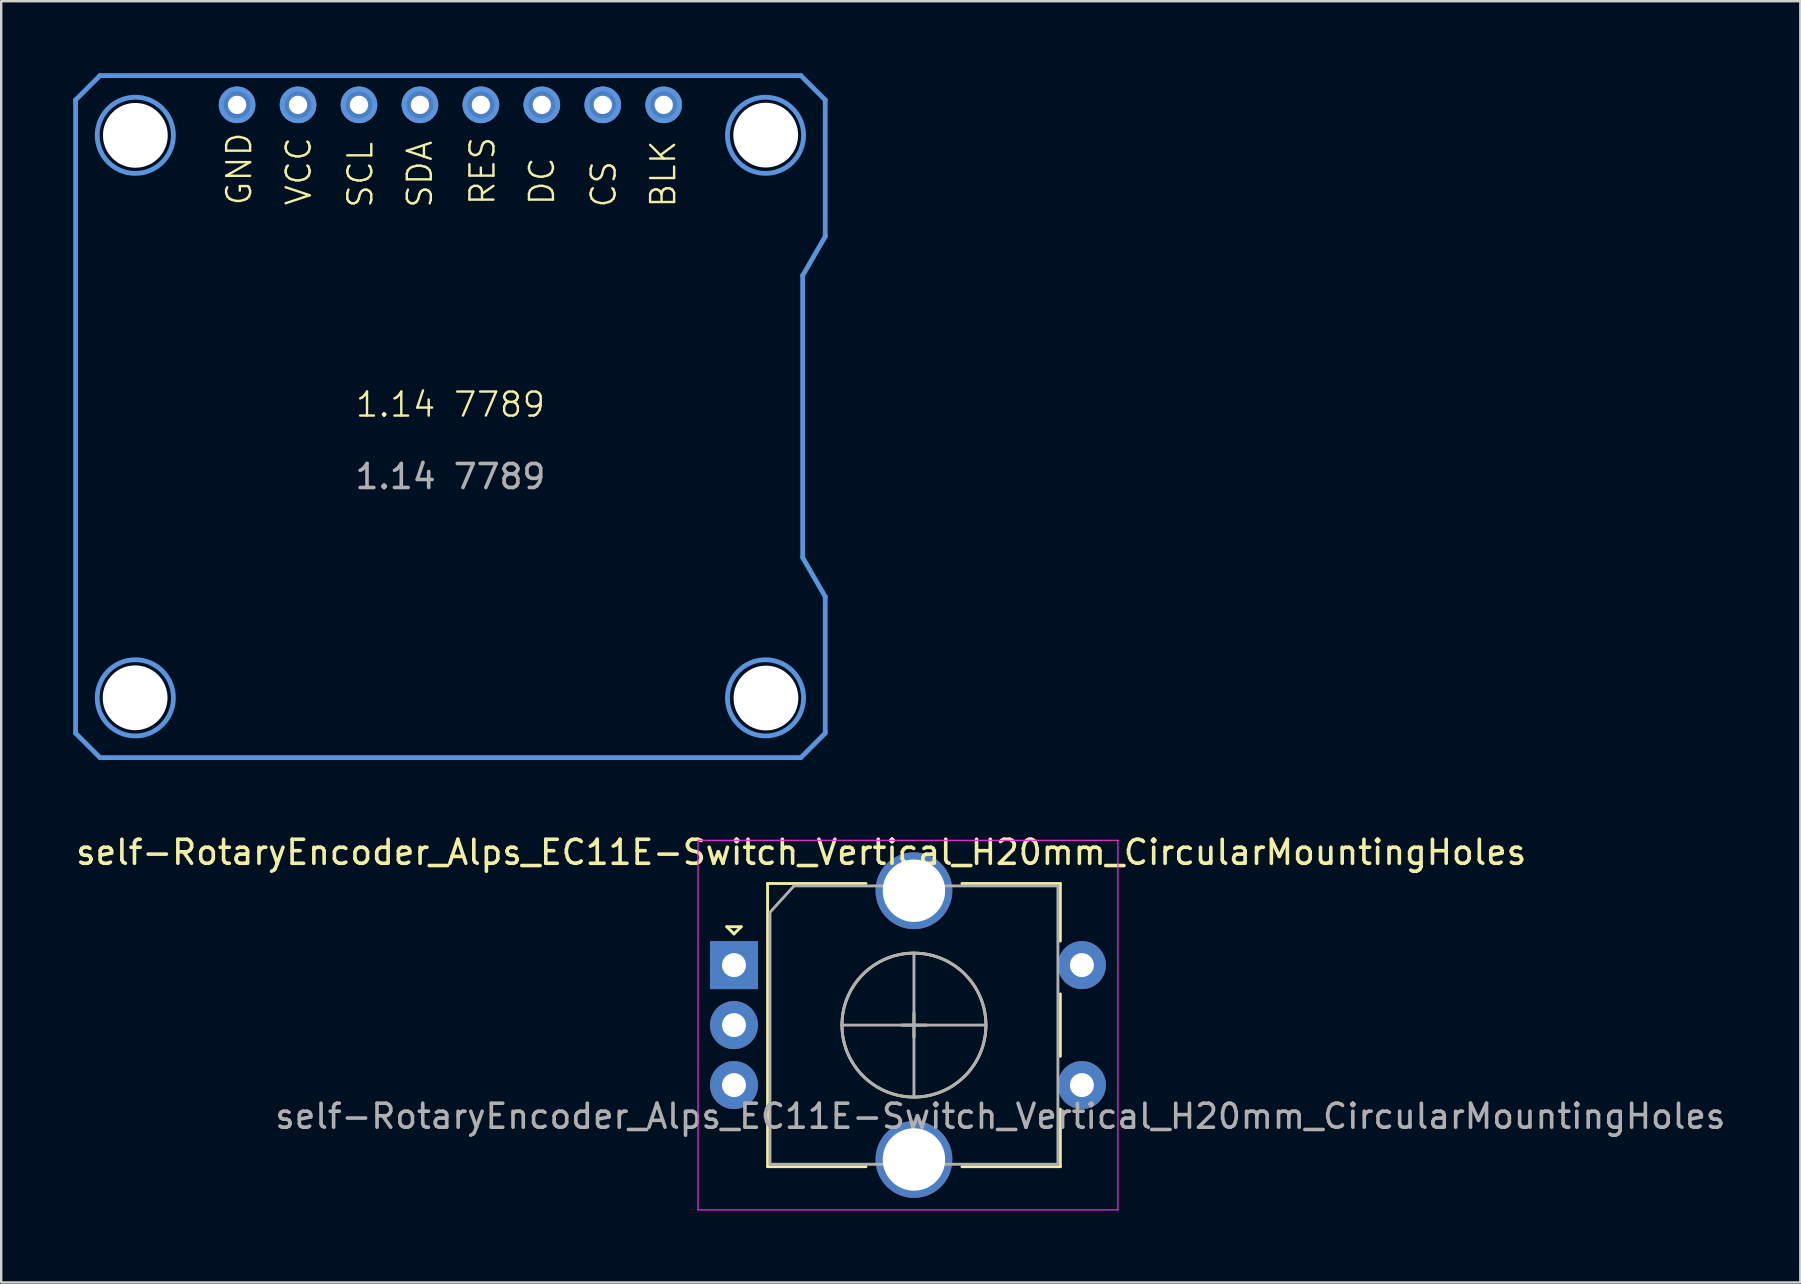
<source format=kicad_pcb>
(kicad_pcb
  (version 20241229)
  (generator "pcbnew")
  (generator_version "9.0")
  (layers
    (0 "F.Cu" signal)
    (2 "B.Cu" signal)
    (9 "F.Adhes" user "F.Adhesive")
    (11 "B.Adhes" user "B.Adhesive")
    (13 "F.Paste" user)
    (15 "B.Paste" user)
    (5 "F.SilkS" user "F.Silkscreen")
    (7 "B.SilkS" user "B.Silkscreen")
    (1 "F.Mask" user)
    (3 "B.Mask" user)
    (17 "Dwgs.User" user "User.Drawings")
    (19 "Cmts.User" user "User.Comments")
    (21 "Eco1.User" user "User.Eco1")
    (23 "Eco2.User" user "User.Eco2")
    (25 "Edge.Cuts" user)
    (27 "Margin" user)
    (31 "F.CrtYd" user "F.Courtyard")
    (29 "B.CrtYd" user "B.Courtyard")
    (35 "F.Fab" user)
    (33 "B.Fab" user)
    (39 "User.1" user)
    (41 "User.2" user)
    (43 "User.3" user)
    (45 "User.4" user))
  (footprint "self-RotaryEncoder_Alps_EC11E-Switch_Vertical_H20mm_CircularMountingHoles"
    (layer "F.Cu")
    (at 27.539 37.171)
    (property "Reference" "self-RotaryEncoder_Alps_EC11E-Switch_Vertical_H20mm_CircularMountingHoles" (at 2.8 -4.7 0) (layer "F.SilkS") (effects (font (size 1 1) (thickness 0.15))))
    (attr through_hole)
    (fp_line (start -0.3 -1.6) (end 0.3 -1.6) (stroke (width 0.12) (type solid)) (layer "F.SilkS"))
    (fp_line (start 0 -1.3) (end -0.3 -1.6) (stroke (width 0.12) (type solid)) (layer "F.SilkS"))
    (fp_line (start 0.3 -1.6) (end 0 -1.3) (stroke (width 0.12) (type solid)) (layer "F.SilkS"))
    (fp_line (start 1.4 -3.4) (end 1.4 8.4) (stroke (width 0.12) (type solid)) (layer "F.SilkS"))
    (fp_line (start 5.5 -3.4) (end 1.4 -3.4) (stroke (width 0.12) (type solid)) (layer "F.SilkS"))
    (fp_line (start 5.5 8.4) (end 1.4 8.4) (stroke (width 0.12) (type solid)) (layer "F.SilkS"))
    (fp_line (start 7 2.5) (end 8 2.5) (stroke (width 0.12) (type solid)) (layer "F.SilkS"))
    (fp_line (start 7.5 2) (end 7.5 3) (stroke (width 0.12) (type solid)) (layer "F.SilkS"))
    (fp_line (start 9.5 -3.4) (end 13.6 -3.4) (stroke (width 0.12) (type solid)) (layer "F.SilkS"))
    (fp_line (start 13.6 -3.4) (end 13.6 -1) (stroke (width 0.12) (type solid)) (layer "F.SilkS"))
    (fp_line (start 13.6 1.2) (end 13.6 3.8) (stroke (width 0.12) (type solid)) (layer "F.SilkS"))
    (fp_line (start 13.6 6) (end 13.6 8.4) (stroke (width 0.12) (type solid)) (layer "F.SilkS"))
    (fp_line (start 13.6 8.4) (end 9.5 8.4) (stroke (width 0.12) (type solid)) (layer "F.SilkS"))
    (fp_circle (center 7.5 2.5) (end 10.5 2.5) (stroke (width 0.12) (type solid)) (fill no) (layer "F.SilkS"))
    (fp_line (start -1.5 -5.2) (end -1.5 10.2) (stroke (width 0.05) (type solid)) (layer "F.CrtYd"))
    (fp_line (start -1.5 -5.2) (end 16 -5.2) (stroke (width 0.05) (type solid)) (layer "F.CrtYd"))
    (fp_line (start 16 10.2) (end -1.5 10.2) (stroke (width 0.05) (type solid)) (layer "F.CrtYd"))
    (fp_line (start 16 10.2) (end 16 -5.2) (stroke (width 0.05) (type solid)) (layer "F.CrtYd"))
    (fp_line (start 1.5 -2.2) (end 2.5 -3.3) (stroke (width 0.12) (type solid)) (layer "F.Fab"))
    (fp_line (start 1.5 8.3) (end 1.5 -2.2) (stroke (width 0.12) (type solid)) (layer "F.Fab"))
    (fp_line (start 2.5 -3.3) (end 13.5 -3.3) (stroke (width 0.12) (type solid)) (layer "F.Fab"))
    (fp_line (start 4.5 2.5) (end 10.5 2.5) (stroke (width 0.12) (type solid)) (layer "F.Fab"))
    (fp_line (start 7.5 -0.5) (end 7.5 5.5) (stroke (width 0.12) (type solid)) (layer "F.Fab"))
    (fp_line (start 13.5 -3.3) (end 13.5 8.3) (stroke (width 0.12) (type solid)) (layer "F.Fab"))
    (fp_line (start 13.5 8.3) (end 1.5 8.3) (stroke (width 0.12) (type solid)) (layer "F.Fab"))
    (fp_circle (center 7.5 2.5) (end 10.5 2.5) (stroke (width 0.12) (type solid)) (fill no) (layer "F.Fab"))
    (fp_text user "${REFERENCE}" (at 11.1 6.3 0) (layer "F.Fab") (effects (font (size 1 1) (thickness 0.15))))
    (pad "A" thru_hole rect (at 0 0) (size 2 2) (drill 1) (layers "*.Cu" "*.Mask"))
    (pad "B" thru_hole circle (at 0 5) (size 2 2) (drill 1) (layers "*.Cu" "*.Mask"))
    (pad "C" thru_hole circle (at 0 2.5) (size 2 2) (drill 1) (layers "*.Cu" "*.Mask"))
    (pad "MP" thru_hole circle (at 7.5 -3.1) (size 3.2 3.2) (drill 2.6) (layers "*.Cu" "*.Mask"))
    (pad "MP" thru_hole circle (at 7.5 8.1) (size 3.2 3.2) (drill 2.6) (layers "*.Cu" "*.Mask"))
    (pad "S1" thru_hole circle (at 14.5 5) (size 2 2) (drill 1) (layers "*.Cu" "*.Mask"))
    (pad "S2" thru_hole circle (at 14.5 0) (size 2 2) (drill 1) (layers "*.Cu" "*.Mask")))
  (footprint "1.14 7789"
    (layer "F.Cu")
    (at 15.721 14.311)
    (property "Reference" "1.14 7789" (at 0 -0.5 0) (unlocked yes) (layer "F.SilkS") (effects (font (size 1 1) (thickness 0.1))))
    (attr through_hole)
    (fp_line (start -15.621 -13.195) (end -15.621 13.195) (stroke (width 0.2) (type default)) (layer "Cmts.User"))
    (fp_line (start -15.621 13.195) (end -14.605 14.211) (stroke (width 0.2) (type default)) (layer "Cmts.User"))
    (fp_line (start -14.605 -14.211) (end -15.621 -13.195) (stroke (width 0.2) (type default)) (layer "Cmts.User"))
    (fp_line (start -14.605 14.211) (end 14.605 14.211) (stroke (width 0.2) (type default)) (layer "Cmts.User"))
    (fp_line (start 14.605 -14.211) (end -14.605 -14.211) (stroke (width 0.2) (type default)) (layer "Cmts.User"))
    (fp_line (start 14.605 14.211) (end 15.621 13.195) (stroke (width 0.2) (type default)) (layer "Cmts.User"))
    (fp_line (start 14.681 -5.878) (end 15.621 -7.506) (stroke (width 0.2) (type default)) (layer "Cmts.User"))
    (fp_line (start 14.681 5.878) (end 14.681 -5.878) (stroke (width 0.2) (type default)) (layer "Cmts.User"))
    (fp_line (start 15.621 -13.195) (end 14.605 -14.211) (stroke (width 0.2) (type default)) (layer "Cmts.User"))
    (fp_line (start 15.621 -7.506) (end 15.621 -13.195) (stroke (width 0.2) (type default)) (layer "Cmts.User"))
    (fp_line (start 15.621 7.506) (end 14.681 5.878) (stroke (width 0.2) (type default)) (layer "Cmts.User"))
    (fp_line (start 15.621 13.195) (end 15.621 7.506) (stroke (width 0.2) (type default)) (layer "Cmts.User"))
    (fp_circle (center -13.132 -11.722) (end -11.544 -11.722) (stroke (width 0.2) (type default)) (fill no) (layer "Cmts.User"))
    (fp_circle (center -13.132 11.722) (end -11.544 11.722) (stroke (width 0.2) (type default)) (fill no) (layer "Cmts.User"))
    (fp_circle (center -8.89 -12.992) (end -8.23 -12.992) (stroke (width 0.2) (type default)) (fill no) (layer "Cmts.User"))
    (fp_circle (center -6.35 -12.992) (end -5.69 -12.992) (stroke (width 0.2) (type default)) (fill no) (layer "Cmts.User"))
    (fp_circle (center -3.81 -12.992) (end -3.15 -12.992) (stroke (width 0.2) (type default)) (fill no) (layer "Cmts.User"))
    (fp_circle (center -1.27 -12.992) (end -0.61 -12.992) (stroke (width 0.2) (type default)) (fill no) (layer "Cmts.User"))
    (fp_circle (center 1.27 -12.992) (end 1.93 -12.992) (stroke (width 0.2) (type default)) (fill no) (layer "Cmts.User"))
    (fp_circle (center 3.81 -12.992) (end 4.47 -12.992) (stroke (width 0.2) (type default)) (fill no) (layer "Cmts.User"))
    (fp_circle (center 6.35 -12.992) (end 7.01 -12.992) (stroke (width 0.2) (type default)) (fill no) (layer "Cmts.User"))
    (fp_circle (center 8.89 -12.992) (end 9.55 -12.992) (stroke (width 0.2) (type default)) (fill no) (layer "Cmts.User"))
    (fp_circle (center 13.132 -11.722) (end 14.719 -11.722) (stroke (width 0.2) (type default)) (fill no) (layer "Cmts.User"))
    (fp_circle (center 13.132 11.722) (end 14.719 11.722) (stroke (width 0.2) (type default)) (fill no) (layer "Cmts.User"))
    (fp_text user "RES" (at 1.92 -8.74 90) (unlocked yes) (layer "F.SilkS") (effects (font (size 1 1) (thickness 0.1)) (justify left bottom)))
    (fp_text user "CS" (at 6.97 -8.64 90) (unlocked yes) (layer "F.SilkS") (effects (font (size 1 1) (thickness 0.1)) (justify left bottom)))
    (fp_text user "DC" (at 4.4 -8.74 90) (unlocked yes) (layer "F.SilkS") (effects (font (size 1 1) (thickness 0.1)) (justify left bottom)))
    (fp_text user "VCC" (at -5.74 -8.73 90) (unlocked yes) (layer "F.SilkS") (effects (font (size 1 1) (thickness 0.1)) (justify left bottom)))
    (fp_text user "SDA" (at -0.69 -8.63 90) (unlocked yes) (layer "F.SilkS") (effects (font (size 1 1) (thickness 0.1)) (justify left bottom)))
    (fp_text user "BLK" (at 9.45 -8.64 90) (unlocked yes) (layer "F.SilkS") (effects (font (size 1 1) (thickness 0.1)) (justify left bottom)))
    (fp_text user "GND" (at -8.22 -8.73 90) (unlocked yes) (layer "F.SilkS") (effects (font (size 1 1) (thickness 0.1)) (justify left bottom)))
    (fp_text user "SCL" (at -3.17 -8.63 90) (unlocked yes) (layer "F.SilkS") (effects (font (size 1 1) (thickness 0.1)) (justify left bottom)))
    (fp_text user "${REFERENCE}" (at 0 2.5 0) (unlocked yes) (layer "F.Fab") (effects (font (size 1 1) (thickness 0.15))))
    (pad "" np_thru_hole circle (at -13.14 11.72) (size 2.7 2.7) (drill 2.7) (layers "*.Cu" "*.Mask"))
    (pad "" np_thru_hole circle (at -13.13 -11.72) (size 2.7 2.7) (drill 2.7) (layers "*.Cu" "*.Mask"))
    (pad "" np_thru_hole circle (at 13.14 -11.73) (size 2.7 2.7) (drill 2.7) (layers "*.Cu" "*.Mask"))
    (pad "" np_thru_hole circle (at 13.15 11.73) (size 2.7 2.7) (drill 2.7) (layers "*.Cu" "*.Mask"))
    (pad "1" thru_hole circle (at -8.89 -12.99) (size 1.524 1.524) (drill 0.762) (layers "*.Cu" "*.Mask"))
    (pad "2" thru_hole circle (at -6.35 -12.99) (size 1.524 1.524) (drill 0.762) (layers "*.Cu" "*.Mask"))
    (pad "3" thru_hole circle (at -3.81 -12.99) (size 1.524 1.524) (drill 0.762) (layers "*.Cu" "*.Mask"))
    (pad "4" thru_hole circle (at -1.27 -12.99) (size 1.524 1.524) (drill 0.762) (layers "*.Cu" "*.Mask"))
    (pad "5" thru_hole circle (at 1.27 -12.99) (size 1.524 1.524) (drill 0.762) (layers "*.Cu" "*.Mask"))
    (pad "6" thru_hole circle (at 3.81 -12.99) (size 1.524 1.524) (drill 0.762) (layers "*.Cu" "*.Mask"))
    (pad "7" thru_hole circle (at 6.35 -12.99) (size 1.524 1.524) (drill 0.762) (layers "*.Cu" "*.Mask"))
    (pad "8" thru_hole circle (at 8.89 -12.99) (size 1.524 1.524) (drill 0.762) (layers "*.Cu" "*.Mask")))
  (gr_rect
    (start -3 -3)
    (end 71.979 50.396)
    (stroke (width 0.1) (type default))
    (fill no)
    (layer "Edge.Cuts")))
</source>
